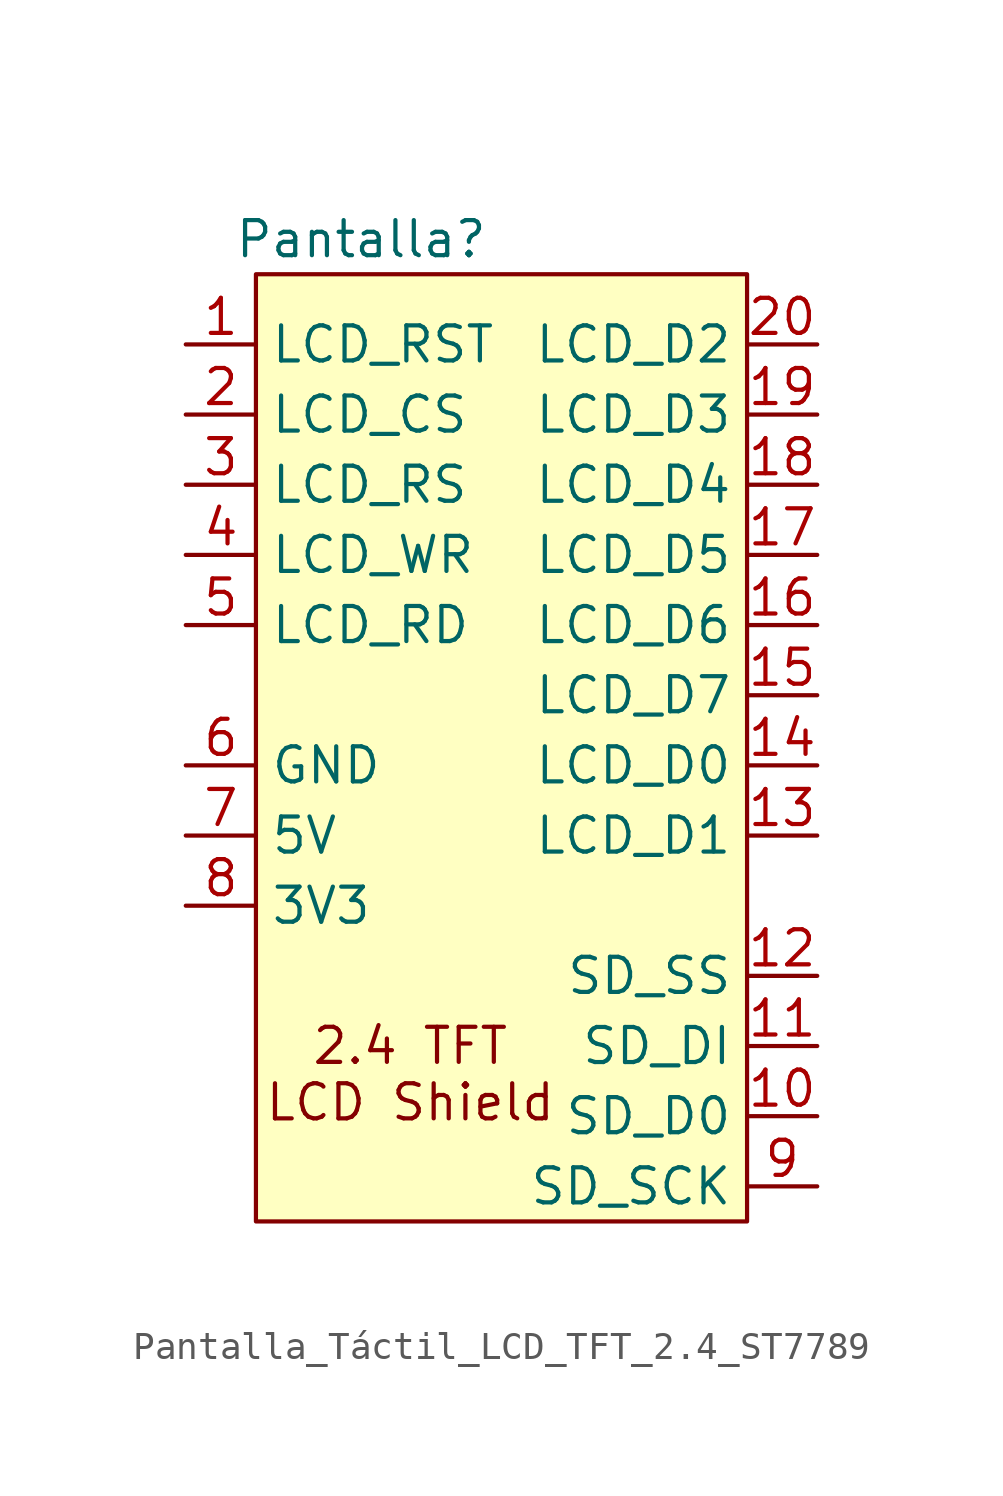
<source format=kicad_sym>
(kicad_symbol_lib
  (version 20231120)
  (generator "kicad_symbol_editor")
  (generator_version "8.0")
  (symbol "Pantalla_Táctil_LCD_TFT_2.4_ST7789"
    (property "Reference" "Pantalla"
      (at 0 0 0)
      (effects (font (size 1.27 1.27))))
    (property "Value" ""
      (at 0 0 0)
      (effects (font (size 1.27 1.27))))
    (symbol "Pantalla_Táctil_LCD_TFT_2.4_ST7789_0_1"
      (rectangle (start -3.81 -1.27) (end 13.97 -35.56) (stroke (width 0) (type default)) (fill (type background))))
    (symbol "Pantalla_Táctil_LCD_TFT_2.4_ST7789_1_1"
      (text "2.4 TFT\nLCD Shield" (at 1.778 -30.226 0) (effects (font (size 1.27 1.27))))
      (pin bidirectional line (at -6.35 -3.81 0) (length 2.54) (name "LCD_RST" (effects (font (size 1.27 1.27)))) (number "1" (effects (font (size 1.27 1.27)))))
      (pin bidirectional line (at 16.51 -31.75 180) (length 2.54) (name "SD_D0" (effects (font (size 1.27 1.27)))) (number "10" (effects (font (size 1.27 1.27)))))
      (pin bidirectional line (at 16.51 -29.21 180) (length 2.54) (name "SD_DI" (effects (font (size 1.27 1.27)))) (number "11" (effects (font (size 1.27 1.27)))))
      (pin bidirectional line (at 16.51 -26.67 180) (length 2.54) (name "SD_SS" (effects (font (size 1.27 1.27)))) (number "12" (effects (font (size 1.27 1.27)))))
      (pin bidirectional line (at 16.51 -21.59 180) (length 2.54) (name "LCD_D1" (effects (font (size 1.27 1.27)))) (number "13" (effects (font (size 1.27 1.27)))))
      (pin bidirectional line (at 16.51 -19.05 180) (length 2.54) (name "LCD_D0" (effects (font (size 1.27 1.27)))) (number "14" (effects (font (size 1.27 1.27)))))
      (pin bidirectional line (at 16.51 -16.51 180) (length 2.54) (name "LCD_D7" (effects (font (size 1.27 1.27)))) (number "15" (effects (font (size 1.27 1.27)))))
      (pin bidirectional line (at 16.51 -13.97 180) (length 2.54) (name "LCD_D6" (effects (font (size 1.27 1.27)))) (number "16" (effects (font (size 1.27 1.27)))))
      (pin bidirectional line (at 16.51 -11.43 180) (length 2.54) (name "LCD_D5" (effects (font (size 1.27 1.27)))) (number "17" (effects (font (size 1.27 1.27)))))
      (pin bidirectional line (at 16.51 -8.89 180) (length 2.54) (name "LCD_D4" (effects (font (size 1.27 1.27)))) (number "18" (effects (font (size 1.27 1.27)))))
      (pin bidirectional line (at 16.51 -6.35 180) (length 2.54) (name "LCD_D3" (effects (font (size 1.27 1.27)))) (number "19" (effects (font (size 1.27 1.27)))))
      (pin bidirectional line (at -6.35 -6.35 0) (length 2.54) (name "LCD_CS" (effects (font (size 1.27 1.27)))) (number "2" (effects (font (size 1.27 1.27)))))
      (pin bidirectional line (at 16.51 -3.81 180) (length 2.54) (name "LCD_D2" (effects (font (size 1.27 1.27)))) (number "20" (effects (font (size 1.27 1.27)))))
      (pin bidirectional line (at -6.35 -8.89 0) (length 2.54) (name "LCD_RS" (effects (font (size 1.27 1.27)))) (number "3" (effects (font (size 1.27 1.27)))))
      (pin bidirectional line (at -6.35 -11.43 0) (length 2.54) (name "LCD_WR" (effects (font (size 1.27 1.27)))) (number "4" (effects (font (size 1.27 1.27)))))
      (pin bidirectional line (at -6.35 -13.97 0) (length 2.54) (name "LCD_RD" (effects (font (size 1.27 1.27)))) (number "5" (effects (font (size 1.27 1.27)))))
      (pin bidirectional line (at -6.35 -19.05 0) (length 2.54) (name "GND" (effects (font (size 1.27 1.27)))) (number "6" (effects (font (size 1.27 1.27)))))
      (pin bidirectional line (at -6.35 -21.59 0) (length 2.54) (name "5V" (effects (font (size 1.27 1.27)))) (number "7" (effects (font (size 1.27 1.27)))))
      (pin bidirectional line (at -6.35 -24.13 0) (length 2.54) (name "3V3" (effects (font (size 1.27 1.27)))) (number "8" (effects (font (size 1.27 1.27)))))
      (pin bidirectional line (at 16.51 -34.29 180) (length 2.54) (name "SD_SCK" (effects (font (size 1.27 1.27)))) (number "9" (effects (font (size 1.27 1.27))))))))
</source>
